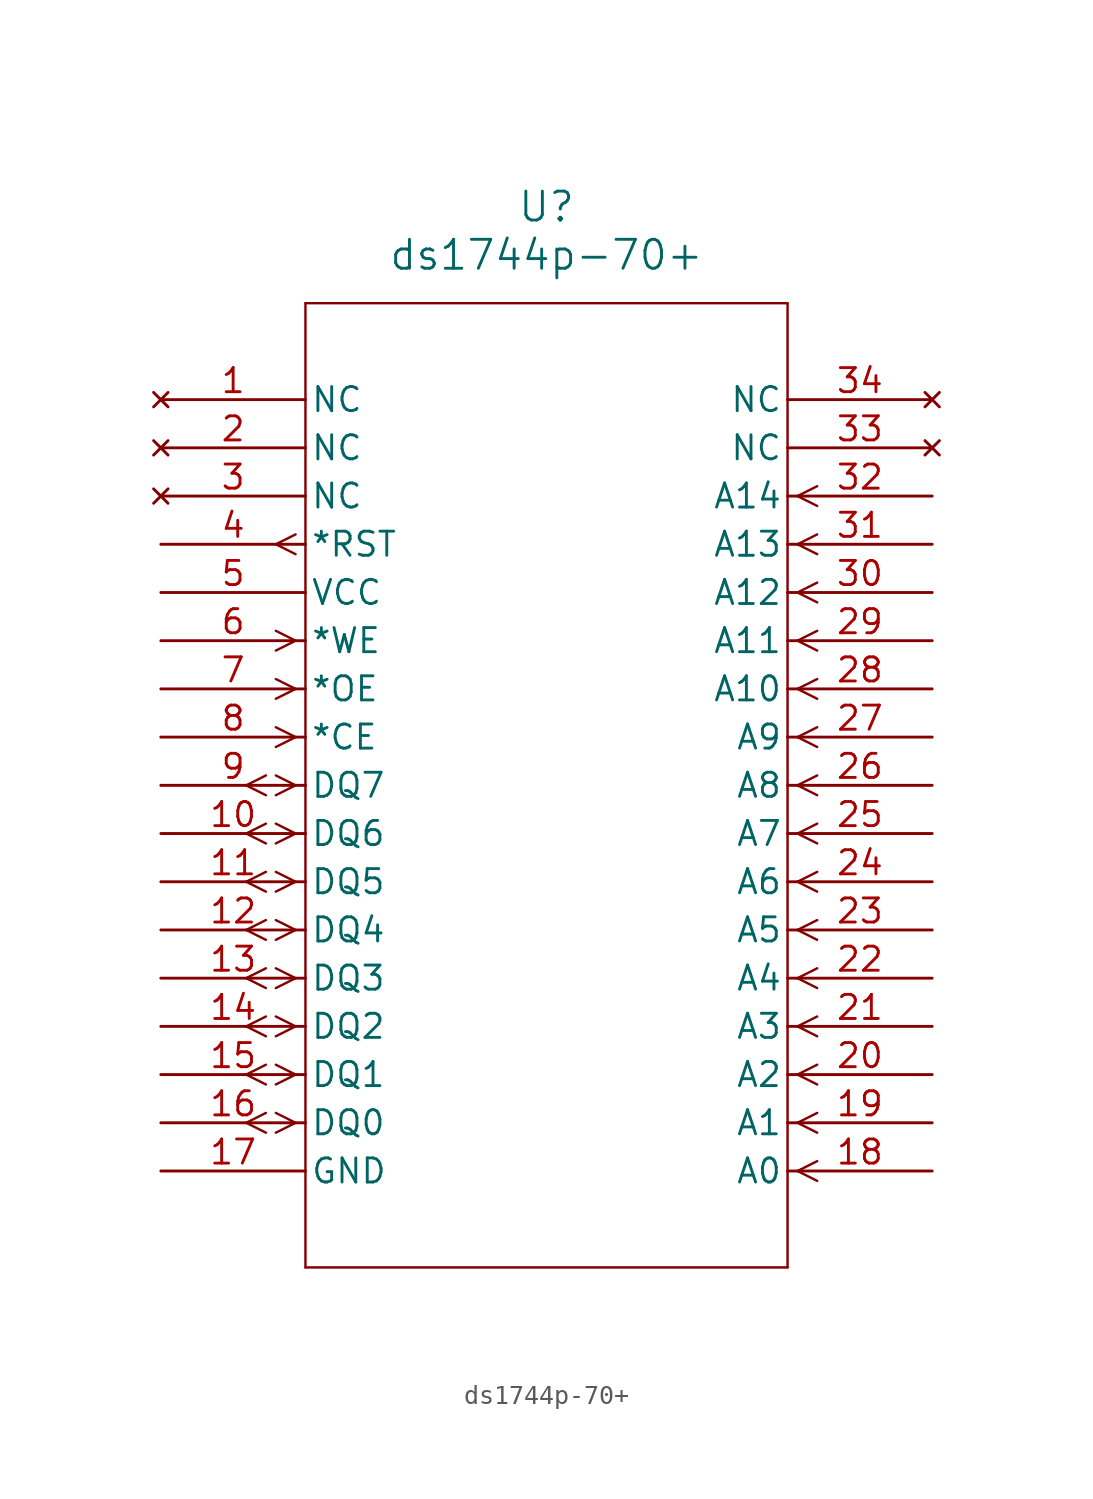
<source format=kicad_sym>
(kicad_symbol_lib
  (version 20220914)
  (generator kicad_symbol_editor)
  (symbol "ds1744p-70+"
    (pin_names
      (offset 0.254))
    (property "Reference" "U"
      (at 20.32 10.16 0)
      (effects (font (size 1.524 1.524))))
    (property "Value" "ds1744p-70+"
      (at 20.32 7.62 0)
      (effects (font (size 1.524 1.524))))
    (property "ki_locked" ""
      (at 0 0 0)
      (effects (font (size 1.27 1.27))))
    (symbol "ds1744p-70+_0_1"
      (polyline (pts (xy 5.537 -38.621) (xy 4.496 -38.1)) (stroke (width 0.127) (type default)) (fill (type none)))
      (polyline (pts (xy 5.537 -37.579) (xy 4.496 -38.1)) (stroke (width 0.127) (type default)) (fill (type none)))
      (polyline (pts (xy 5.537 -36.081) (xy 4.496 -35.56)) (stroke (width 0.127) (type default)) (fill (type none)))
      (polyline (pts (xy 5.537 -35.039) (xy 4.496 -35.56)) (stroke (width 0.127) (type default)) (fill (type none)))
      (polyline (pts (xy 5.537 -33.541) (xy 4.496 -33.02)) (stroke (width 0.127) (type default)) (fill (type none)))
      (polyline (pts (xy 5.537 -32.499) (xy 4.496 -33.02)) (stroke (width 0.127) (type default)) (fill (type none)))
      (polyline (pts (xy 5.537 -31.001) (xy 4.496 -30.48)) (stroke (width 0.127) (type default)) (fill (type none)))
      (polyline (pts (xy 5.537 -29.959) (xy 4.496 -30.48)) (stroke (width 0.127) (type default)) (fill (type none)))
      (polyline (pts (xy 5.537 -28.461) (xy 4.496 -27.94)) (stroke (width 0.127) (type default)) (fill (type none)))
      (polyline (pts (xy 5.537 -27.419) (xy 4.496 -27.94)) (stroke (width 0.127) (type default)) (fill (type none)))
      (polyline (pts (xy 5.537 -25.921) (xy 4.496 -25.4)) (stroke (width 0.127) (type default)) (fill (type none)))
      (polyline (pts (xy 5.537 -24.879) (xy 4.496 -25.4)) (stroke (width 0.127) (type default)) (fill (type none)))
      (polyline (pts (xy 5.537 -23.381) (xy 4.496 -22.86)) (stroke (width 0.127) (type default)) (fill (type none)))
      (polyline (pts (xy 5.537 -22.339) (xy 4.496 -22.86)) (stroke (width 0.127) (type default)) (fill (type none)))
      (polyline (pts (xy 5.537 -20.841) (xy 4.496 -20.32)) (stroke (width 0.127) (type default)) (fill (type none)))
      (polyline (pts (xy 5.537 -19.799) (xy 4.496 -20.32)) (stroke (width 0.127) (type default)) (fill (type none)))
      (polyline (pts (xy 7.099 -38.1) (xy 6.058 -38.621)) (stroke (width 0.127) (type default)) (fill (type none)))
      (polyline (pts (xy 7.099 -38.1) (xy 6.058 -37.579)) (stroke (width 0.127) (type default)) (fill (type none)))
      (polyline (pts (xy 7.099 -35.56) (xy 6.058 -36.081)) (stroke (width 0.127) (type default)) (fill (type none)))
      (polyline (pts (xy 7.099 -35.56) (xy 6.058 -35.039)) (stroke (width 0.127) (type default)) (fill (type none)))
      (polyline (pts (xy 7.099 -33.02) (xy 6.058 -33.541)) (stroke (width 0.127) (type default)) (fill (type none)))
      (polyline (pts (xy 7.099 -33.02) (xy 6.058 -32.499)) (stroke (width 0.127) (type default)) (fill (type none)))
      (polyline (pts (xy 7.099 -30.48) (xy 6.058 -31.001)) (stroke (width 0.127) (type default)) (fill (type none)))
      (polyline (pts (xy 7.099 -30.48) (xy 6.058 -29.959)) (stroke (width 0.127) (type default)) (fill (type none)))
      (polyline (pts (xy 7.099 -27.94) (xy 6.058 -28.461)) (stroke (width 0.127) (type default)) (fill (type none)))
      (polyline (pts (xy 7.099 -27.94) (xy 6.058 -27.419)) (stroke (width 0.127) (type default)) (fill (type none)))
      (polyline (pts (xy 7.099 -25.4) (xy 6.058 -25.921)) (stroke (width 0.127) (type default)) (fill (type none)))
      (polyline (pts (xy 7.099 -25.4) (xy 6.058 -24.879)) (stroke (width 0.127) (type default)) (fill (type none)))
      (polyline (pts (xy 7.099 -22.86) (xy 6.058 -23.381)) (stroke (width 0.127) (type default)) (fill (type none)))
      (polyline (pts (xy 7.099 -22.86) (xy 6.058 -22.339)) (stroke (width 0.127) (type default)) (fill (type none)))
      (polyline (pts (xy 7.099 -20.32) (xy 6.058 -20.841)) (stroke (width 0.127) (type default)) (fill (type none)))
      (polyline (pts (xy 7.099 -20.32) (xy 6.058 -19.799)) (stroke (width 0.127) (type default)) (fill (type none)))
      (polyline (pts (xy 7.099 -17.78) (xy 6.058 -18.301)) (stroke (width 0.127) (type default)) (fill (type none)))
      (polyline (pts (xy 7.099 -17.78) (xy 6.058 -17.259)) (stroke (width 0.127) (type default)) (fill (type none)))
      (polyline (pts (xy 7.099 -15.24) (xy 6.058 -15.761)) (stroke (width 0.127) (type default)) (fill (type none)))
      (polyline (pts (xy 7.099 -15.24) (xy 6.058 -14.719)) (stroke (width 0.127) (type default)) (fill (type none)))
      (polyline (pts (xy 7.099 -12.7) (xy 6.058 -13.221)) (stroke (width 0.127) (type default)) (fill (type none)))
      (polyline (pts (xy 7.099 -12.7) (xy 6.058 -12.179)) (stroke (width 0.127) (type default)) (fill (type none)))
      (polyline (pts (xy 7.099 -8.141) (xy 6.058 -7.62)) (stroke (width 0.127) (type default)) (fill (type none)))
      (polyline (pts (xy 7.099 -7.099) (xy 6.058 -7.62)) (stroke (width 0.127) (type default)) (fill (type none)))
      (polyline (pts (xy 7.62 -45.72) (xy 33.02 -45.72)) (stroke (width 0.127) (type default)) (fill (type none)))
      (polyline (pts (xy 7.62 5.08) (xy 7.62 -45.72)) (stroke (width 0.127) (type default)) (fill (type none)))
      (polyline (pts (xy 33.02 -45.72) (xy 33.02 5.08)) (stroke (width 0.127) (type default)) (fill (type none)))
      (polyline (pts (xy 33.02 5.08) (xy 7.62 5.08)) (stroke (width 0.127) (type default)) (fill (type none)))
      (polyline (pts (xy 33.541 -40.64) (xy 34.582 -41.161)) (stroke (width 0.127) (type default)) (fill (type none)))
      (polyline (pts (xy 33.541 -40.64) (xy 34.582 -40.119)) (stroke (width 0.127) (type default)) (fill (type none)))
      (polyline (pts (xy 33.541 -38.1) (xy 34.582 -38.621)) (stroke (width 0.127) (type default)) (fill (type none)))
      (polyline (pts (xy 33.541 -38.1) (xy 34.582 -37.579)) (stroke (width 0.127) (type default)) (fill (type none)))
      (polyline (pts (xy 33.541 -35.56) (xy 34.582 -36.081)) (stroke (width 0.127) (type default)) (fill (type none)))
      (polyline (pts (xy 33.541 -35.56) (xy 34.582 -35.039)) (stroke (width 0.127) (type default)) (fill (type none)))
      (polyline (pts (xy 33.541 -33.02) (xy 34.582 -33.541)) (stroke (width 0.127) (type default)) (fill (type none)))
      (polyline (pts (xy 33.541 -33.02) (xy 34.582 -32.499)) (stroke (width 0.127) (type default)) (fill (type none)))
      (polyline (pts (xy 33.541 -30.48) (xy 34.582 -31.001)) (stroke (width 0.127) (type default)) (fill (type none)))
      (polyline (pts (xy 33.541 -30.48) (xy 34.582 -29.959)) (stroke (width 0.127) (type default)) (fill (type none)))
      (polyline (pts (xy 33.541 -27.94) (xy 34.582 -28.461)) (stroke (width 0.127) (type default)) (fill (type none)))
      (polyline (pts (xy 33.541 -27.94) (xy 34.582 -27.419)) (stroke (width 0.127) (type default)) (fill (type none)))
      (polyline (pts (xy 33.541 -25.4) (xy 34.582 -25.921)) (stroke (width 0.127) (type default)) (fill (type none)))
      (polyline (pts (xy 33.541 -25.4) (xy 34.582 -24.879)) (stroke (width 0.127) (type default)) (fill (type none)))
      (polyline (pts (xy 33.541 -22.86) (xy 34.582 -23.381)) (stroke (width 0.127) (type default)) (fill (type none)))
      (polyline (pts (xy 33.541 -22.86) (xy 34.582 -22.339)) (stroke (width 0.127) (type default)) (fill (type none)))
      (polyline (pts (xy 33.541 -20.32) (xy 34.582 -20.841)) (stroke (width 0.127) (type default)) (fill (type none)))
      (polyline (pts (xy 33.541 -20.32) (xy 34.582 -19.799)) (stroke (width 0.127) (type default)) (fill (type none)))
      (polyline (pts (xy 33.541 -17.78) (xy 34.582 -18.301)) (stroke (width 0.127) (type default)) (fill (type none)))
      (polyline (pts (xy 33.541 -17.78) (xy 34.582 -17.259)) (stroke (width 0.127) (type default)) (fill (type none)))
      (polyline (pts (xy 33.541 -15.24) (xy 34.582 -15.761)) (stroke (width 0.127) (type default)) (fill (type none)))
      (polyline (pts (xy 33.541 -15.24) (xy 34.582 -14.719)) (stroke (width 0.127) (type default)) (fill (type none)))
      (polyline (pts (xy 33.541 -12.7) (xy 34.582 -13.221)) (stroke (width 0.127) (type default)) (fill (type none)))
      (polyline (pts (xy 33.541 -12.7) (xy 34.582 -12.179)) (stroke (width 0.127) (type default)) (fill (type none)))
      (polyline (pts (xy 33.541 -10.16) (xy 34.582 -10.681)) (stroke (width 0.127) (type default)) (fill (type none)))
      (polyline (pts (xy 33.541 -10.16) (xy 34.582 -9.639)) (stroke (width 0.127) (type default)) (fill (type none)))
      (polyline (pts (xy 33.541 -7.62) (xy 34.582 -8.141)) (stroke (width 0.127) (type default)) (fill (type none)))
      (polyline (pts (xy 33.541 -7.62) (xy 34.582 -7.099)) (stroke (width 0.127) (type default)) (fill (type none)))
      (polyline (pts (xy 33.541 -5.08) (xy 34.582 -5.601)) (stroke (width 0.127) (type default)) (fill (type none)))
      (polyline (pts (xy 33.541 -5.08) (xy 34.582 -4.559)) (stroke (width 0.127) (type default)) (fill (type none)))
      (pin no_connect line (at 0 0 0) (length 7.62) (name "NC" (effects (font (size 1.27 1.27)))) (number "1" (effects (font (size 1.27 1.27)))))
      (pin bidirectional line (at 0 -22.86 0) (length 7.62) (name "DQ6" (effects (font (size 1.27 1.27)))) (number "10" (effects (font (size 1.27 1.27)))))
      (pin bidirectional line (at 0 -25.4 0) (length 7.62) (name "DQ5" (effects (font (size 1.27 1.27)))) (number "11" (effects (font (size 1.27 1.27)))))
      (pin bidirectional line (at 0 -27.94 0) (length 7.62) (name "DQ4" (effects (font (size 1.27 1.27)))) (number "12" (effects (font (size 1.27 1.27)))))
      (pin bidirectional line (at 0 -30.48 0) (length 7.62) (name "DQ3" (effects (font (size 1.27 1.27)))) (number "13" (effects (font (size 1.27 1.27)))))
      (pin bidirectional line (at 0 -33.02 0) (length 7.62) (name "DQ2" (effects (font (size 1.27 1.27)))) (number "14" (effects (font (size 1.27 1.27)))))
      (pin bidirectional line (at 0 -35.56 0) (length 7.62) (name "DQ1" (effects (font (size 1.27 1.27)))) (number "15" (effects (font (size 1.27 1.27)))))
      (pin bidirectional line (at 0 -38.1 0) (length 7.62) (name "DQ0" (effects (font (size 1.27 1.27)))) (number "16" (effects (font (size 1.27 1.27)))))
      (pin power_in line (at 0 -40.64 0) (length 7.62) (name "GND" (effects (font (size 1.27 1.27)))) (number "17" (effects (font (size 1.27 1.27)))))
      (pin input line (at 40.64 -40.64 180) (length 7.62) (name "A0" (effects (font (size 1.27 1.27)))) (number "18" (effects (font (size 1.27 1.27)))))
      (pin input line (at 40.64 -38.1 180) (length 7.62) (name "A1" (effects (font (size 1.27 1.27)))) (number "19" (effects (font (size 1.27 1.27)))))
      (pin no_connect line (at 0 -2.54 0) (length 7.62) (name "NC" (effects (font (size 1.27 1.27)))) (number "2" (effects (font (size 1.27 1.27)))))
      (pin input line (at 40.64 -35.56 180) (length 7.62) (name "A2" (effects (font (size 1.27 1.27)))) (number "20" (effects (font (size 1.27 1.27)))))
      (pin input line (at 40.64 -33.02 180) (length 7.62) (name "A3" (effects (font (size 1.27 1.27)))) (number "21" (effects (font (size 1.27 1.27)))))
      (pin input line (at 40.64 -30.48 180) (length 7.62) (name "A4" (effects (font (size 1.27 1.27)))) (number "22" (effects (font (size 1.27 1.27)))))
      (pin input line (at 40.64 -27.94 180) (length 7.62) (name "A5" (effects (font (size 1.27 1.27)))) (number "23" (effects (font (size 1.27 1.27)))))
      (pin input line (at 40.64 -25.4 180) (length 7.62) (name "A6" (effects (font (size 1.27 1.27)))) (number "24" (effects (font (size 1.27 1.27)))))
      (pin input line (at 40.64 -22.86 180) (length 7.62) (name "A7" (effects (font (size 1.27 1.27)))) (number "25" (effects (font (size 1.27 1.27)))))
      (pin input line (at 40.64 -20.32 180) (length 7.62) (name "A8" (effects (font (size 1.27 1.27)))) (number "26" (effects (font (size 1.27 1.27)))))
      (pin input line (at 40.64 -17.78 180) (length 7.62) (name "A9" (effects (font (size 1.27 1.27)))) (number "27" (effects (font (size 1.27 1.27)))))
      (pin input line (at 40.64 -15.24 180) (length 7.62) (name "A10" (effects (font (size 1.27 1.27)))) (number "28" (effects (font (size 1.27 1.27)))))
      (pin input line (at 40.64 -12.7 180) (length 7.62) (name "A11" (effects (font (size 1.27 1.27)))) (number "29" (effects (font (size 1.27 1.27)))))
      (pin no_connect line (at 0 -5.08 0) (length 7.62) (name "NC" (effects (font (size 1.27 1.27)))) (number "3" (effects (font (size 1.27 1.27)))))
      (pin input line (at 40.64 -10.16 180) (length 7.62) (name "A12" (effects (font (size 1.27 1.27)))) (number "30" (effects (font (size 1.27 1.27)))))
      (pin input line (at 40.64 -7.62 180) (length 7.62) (name "A13" (effects (font (size 1.27 1.27)))) (number "31" (effects (font (size 1.27 1.27)))))
      (pin input line (at 40.64 -5.08 180) (length 7.62) (name "A14" (effects (font (size 1.27 1.27)))) (number "32" (effects (font (size 1.27 1.27)))))
      (pin no_connect line (at 40.64 -2.54 180) (length 7.62) (name "NC" (effects (font (size 1.27 1.27)))) (number "33" (effects (font (size 1.27 1.27)))))
      (pin no_connect line (at 40.64 0 180) (length 7.62) (name "NC" (effects (font (size 1.27 1.27)))) (number "34" (effects (font (size 1.27 1.27)))))
      (pin output line (at 0 -7.62 0) (length 7.62) (name "*RST" (effects (font (size 1.27 1.27)))) (number "4" (effects (font (size 1.27 1.27)))))
      (pin power_in line (at 0 -10.16 0) (length 7.62) (name "VCC" (effects (font (size 1.27 1.27)))) (number "5" (effects (font (size 1.27 1.27)))))
      (pin input line (at 0 -12.7 0) (length 7.62) (name "*WE" (effects (font (size 1.27 1.27)))) (number "6" (effects (font (size 1.27 1.27)))))
      (pin input line (at 0 -15.24 0) (length 7.62) (name "*OE" (effects (font (size 1.27 1.27)))) (number "7" (effects (font (size 1.27 1.27)))))
      (pin input line (at 0 -17.78 0) (length 7.62) (name "*CE" (effects (font (size 1.27 1.27)))) (number "8" (effects (font (size 1.27 1.27)))))
      (pin bidirectional line (at 0 -20.32 0) (length 7.62) (name "DQ7" (effects (font (size 1.27 1.27)))) (number "9" (effects (font (size 1.27 1.27))))))))
</source>
